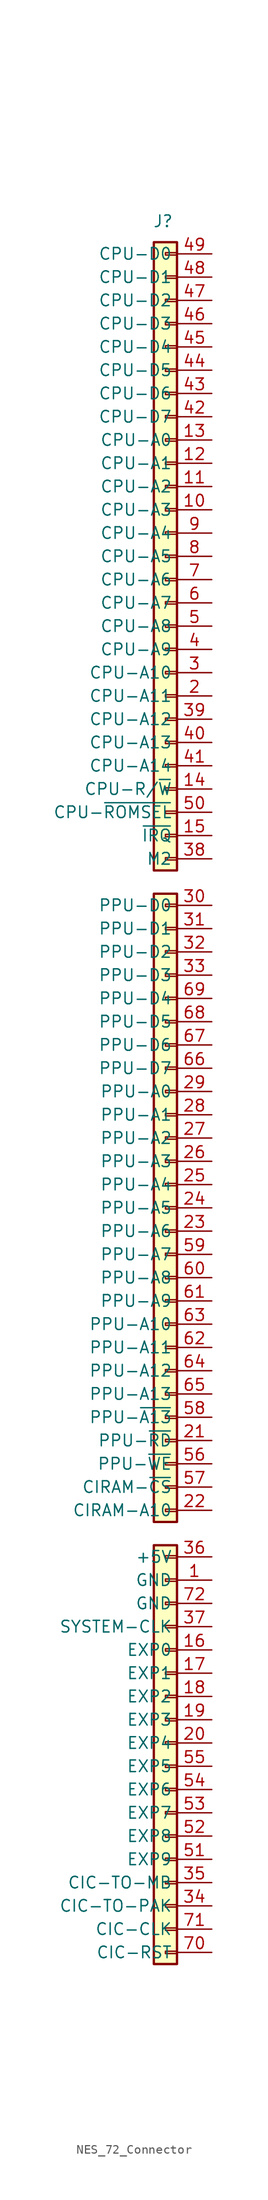
<source format=kicad_sym>
(kicad_symbol_lib
  (version 20231120)
  (generator "kicad_symbol_editor")
  (generator_version "8.0")
  (symbol "NES_72_Connector"
    (property "Reference" "J"
      (at -5.334 3.556 0)
      (effects (font (size 1.27 1.27))))
    (property "Value" ""
      (at 0 -66.04 0)
      (effects (font (size 1.27 1.27))))
    (symbol "NES_72_Connector_1_1"
      (rectangle (start -6.35 -186.69) (end -3.81 -140.97) (stroke (width 0.254) (type default)) (fill (type background)))
      (rectangle (start -6.35 -138.43) (end -3.81 -69.85) (stroke (width 0.254) (type default)) (fill (type background)))
      (rectangle (start -6.35 -67.31) (end -3.81 1.27) (stroke (width 0.254) (type default)) (fill (type background)))
      (rectangle (start -5.08 -185.547) (end -3.81 -185.293) (stroke (width 0.152) (type default)) (fill (type none)))
      (rectangle (start -5.08 -183.007) (end -3.81 -182.753) (stroke (width 0.152) (type default)) (fill (type none)))
      (rectangle (start -5.08 -180.467) (end -3.81 -180.213) (stroke (width 0.152) (type default)) (fill (type none)))
      (rectangle (start -5.08 -177.927) (end -3.81 -177.673) (stroke (width 0.152) (type default)) (fill (type none)))
      (rectangle (start -5.08 -175.387) (end -3.81 -175.133) (stroke (width 0.152) (type default)) (fill (type none)))
      (rectangle (start -5.08 -172.847) (end -3.81 -172.593) (stroke (width 0.152) (type default)) (fill (type none)))
      (rectangle (start -5.08 -170.307) (end -3.81 -170.053) (stroke (width 0.152) (type default)) (fill (type none)))
      (rectangle (start -5.08 -167.767) (end -3.81 -167.513) (stroke (width 0.152) (type default)) (fill (type none)))
      (rectangle (start -5.08 -165.227) (end -3.81 -164.973) (stroke (width 0.152) (type default)) (fill (type none)))
      (rectangle (start -5.08 -162.687) (end -3.81 -162.433) (stroke (width 0.152) (type default)) (fill (type none)))
      (rectangle (start -5.08 -160.147) (end -3.81 -159.893) (stroke (width 0.152) (type default)) (fill (type none)))
      (rectangle (start -5.08 -157.607) (end -3.81 -157.353) (stroke (width 0.152) (type default)) (fill (type none)))
      (rectangle (start -5.08 -155.067) (end -3.81 -154.813) (stroke (width 0.152) (type default)) (fill (type none)))
      (rectangle (start -5.08 -152.527) (end -3.81 -152.273) (stroke (width 0.152) (type default)) (fill (type none)))
      (rectangle (start -5.08 -149.987) (end -3.81 -149.733) (stroke (width 0.152) (type default)) (fill (type none)))
      (rectangle (start -5.08 -147.447) (end -3.81 -147.193) (stroke (width 0.152) (type default)) (fill (type none)))
      (rectangle (start -5.08 -144.907) (end -3.81 -144.653) (stroke (width 0.152) (type default)) (fill (type none)))
      (rectangle (start -5.08 -142.367) (end -3.81 -142.113) (stroke (width 0.152) (type default)) (fill (type none)))
      (rectangle (start -5.08 -137.287) (end -3.81 -137.033) (stroke (width 0.152) (type default)) (fill (type none)))
      (rectangle (start -5.08 -134.747) (end -3.81 -134.493) (stroke (width 0.152) (type default)) (fill (type none)))
      (rectangle (start -5.08 -132.207) (end -3.81 -131.953) (stroke (width 0.152) (type default)) (fill (type none)))
      (rectangle (start -5.08 -129.667) (end -3.81 -129.413) (stroke (width 0.152) (type default)) (fill (type none)))
      (rectangle (start -5.08 -127.127) (end -3.81 -126.873) (stroke (width 0.152) (type default)) (fill (type none)))
      (rectangle (start -5.08 -124.587) (end -3.81 -124.333) (stroke (width 0.152) (type default)) (fill (type none)))
      (rectangle (start -5.08 -122.047) (end -3.81 -121.793) (stroke (width 0.152) (type default)) (fill (type none)))
      (rectangle (start -5.08 -119.507) (end -3.81 -119.253) (stroke (width 0.152) (type default)) (fill (type none)))
      (rectangle (start -5.08 -116.967) (end -3.81 -116.713) (stroke (width 0.152) (type default)) (fill (type none)))
      (rectangle (start -5.08 -114.427) (end -3.81 -114.173) (stroke (width 0.152) (type default)) (fill (type none)))
      (rectangle (start -5.08 -111.887) (end -3.81 -111.633) (stroke (width 0.152) (type default)) (fill (type none)))
      (rectangle (start -5.08 -109.347) (end -3.81 -109.093) (stroke (width 0.152) (type default)) (fill (type none)))
      (rectangle (start -5.08 -106.807) (end -3.81 -106.553) (stroke (width 0.152) (type default)) (fill (type none)))
      (rectangle (start -5.08 -104.267) (end -3.81 -104.013) (stroke (width 0.152) (type default)) (fill (type none)))
      (rectangle (start -5.08 -101.727) (end -3.81 -101.473) (stroke (width 0.152) (type default)) (fill (type none)))
      (rectangle (start -5.08 -99.187) (end -3.81 -98.933) (stroke (width 0.152) (type default)) (fill (type none)))
      (rectangle (start -5.08 -96.647) (end -3.81 -96.393) (stroke (width 0.152) (type default)) (fill (type none)))
      (rectangle (start -5.08 -94.107) (end -3.81 -93.853) (stroke (width 0.152) (type default)) (fill (type none)))
      (rectangle (start -5.08 -91.567) (end -3.81 -91.313) (stroke (width 0.152) (type default)) (fill (type none)))
      (rectangle (start -5.08 -89.027) (end -3.81 -88.773) (stroke (width 0.152) (type default)) (fill (type none)))
      (rectangle (start -5.08 -86.487) (end -3.81 -86.233) (stroke (width 0.152) (type default)) (fill (type none)))
      (rectangle (start -5.08 -83.947) (end -3.81 -83.693) (stroke (width 0.152) (type default)) (fill (type none)))
      (rectangle (start -5.08 -81.407) (end -3.81 -81.153) (stroke (width 0.152) (type default)) (fill (type none)))
      (rectangle (start -5.08 -78.867) (end -3.81 -78.613) (stroke (width 0.152) (type default)) (fill (type none)))
      (rectangle (start -5.08 -76.327) (end -3.81 -76.073) (stroke (width 0.152) (type default)) (fill (type none)))
      (rectangle (start -5.08 -73.787) (end -3.81 -73.533) (stroke (width 0.152) (type default)) (fill (type none)))
      (rectangle (start -5.08 -71.247) (end -3.81 -70.993) (stroke (width 0.152) (type default)) (fill (type none)))
      (rectangle (start -5.08 -66.167) (end -3.81 -65.913) (stroke (width 0.152) (type default)) (fill (type none)))
      (rectangle (start -5.08 -63.627) (end -3.81 -63.373) (stroke (width 0.152) (type default)) (fill (type none)))
      (rectangle (start -5.08 -61.087) (end -3.81 -60.833) (stroke (width 0.152) (type default)) (fill (type none)))
      (rectangle (start -5.08 -58.547) (end -3.81 -58.293) (stroke (width 0.152) (type default)) (fill (type none)))
      (rectangle (start -5.08 -56.007) (end -3.81 -55.753) (stroke (width 0.152) (type default)) (fill (type none)))
      (rectangle (start -5.08 -53.467) (end -3.81 -53.213) (stroke (width 0.152) (type default)) (fill (type none)))
      (rectangle (start -5.08 -50.927) (end -3.81 -50.673) (stroke (width 0.152) (type default)) (fill (type none)))
      (rectangle (start -5.08 -48.387) (end -3.81 -48.133) (stroke (width 0.152) (type default)) (fill (type none)))
      (rectangle (start -5.08 -45.847) (end -3.81 -45.593) (stroke (width 0.152) (type default)) (fill (type none)))
      (rectangle (start -5.08 -43.307) (end -3.81 -43.053) (stroke (width 0.152) (type default)) (fill (type none)))
      (rectangle (start -5.08 -40.767) (end -3.81 -40.513) (stroke (width 0.152) (type default)) (fill (type none)))
      (rectangle (start -5.08 -38.227) (end -3.81 -37.973) (stroke (width 0.152) (type default)) (fill (type none)))
      (rectangle (start -5.08 -35.687) (end -3.81 -35.433) (stroke (width 0.152) (type default)) (fill (type none)))
      (rectangle (start -5.08 -33.147) (end -3.81 -32.893) (stroke (width 0.152) (type default)) (fill (type none)))
      (rectangle (start -5.08 -30.607) (end -3.81 -30.353) (stroke (width 0.152) (type default)) (fill (type none)))
      (rectangle (start -5.08 -28.067) (end -3.81 -27.813) (stroke (width 0.152) (type default)) (fill (type none)))
      (rectangle (start -5.08 -25.527) (end -3.81 -25.273) (stroke (width 0.152) (type default)) (fill (type none)))
      (rectangle (start -5.08 -22.987) (end -3.81 -22.733) (stroke (width 0.152) (type default)) (fill (type none)))
      (rectangle (start -5.08 -20.447) (end -3.81 -20.193) (stroke (width 0.152) (type default)) (fill (type none)))
      (rectangle (start -5.08 -17.907) (end -3.81 -17.653) (stroke (width 0.152) (type default)) (fill (type none)))
      (rectangle (start -5.08 -15.367) (end -3.81 -15.113) (stroke (width 0.152) (type default)) (fill (type none)))
      (rectangle (start -5.08 -12.827) (end -3.81 -12.573) (stroke (width 0.152) (type default)) (fill (type none)))
      (rectangle (start -5.08 -10.287) (end -3.81 -10.033) (stroke (width 0.152) (type default)) (fill (type none)))
      (rectangle (start -5.08 -7.747) (end -3.81 -7.493) (stroke (width 0.152) (type default)) (fill (type none)))
      (rectangle (start -5.08 -5.207) (end -3.81 -4.953) (stroke (width 0.152) (type default)) (fill (type none)))
      (rectangle (start -5.08 -2.667) (end -3.81 -2.413) (stroke (width 0.152) (type default)) (fill (type none)))
      (rectangle (start -5.08 -0.127) (end -3.81 0.127) (stroke (width 0.152) (type default)) (fill (type none)))
      (pin passive line (at 0 -144.78 180) (length 3.81) (name "GND" (effects (font (size 1.27 1.27)))) (number "1" (effects (font (size 1.27 1.27)))))
      (pin passive line (at 0 -27.94 180) (length 3.81) (name "CPU-A3" (effects (font (size 1.27 1.27)))) (number "10" (effects (font (size 1.27 1.27)))))
      (pin passive line (at 0 -25.4 180) (length 3.81) (name "CPU-A2" (effects (font (size 1.27 1.27)))) (number "11" (effects (font (size 1.27 1.27)))))
      (pin passive line (at 0 -22.86 180) (length 3.81) (name "CPU-A1" (effects (font (size 1.27 1.27)))) (number "12" (effects (font (size 1.27 1.27)))))
      (pin passive line (at 0 -20.32 180) (length 3.81) (name "CPU-A0" (effects (font (size 1.27 1.27)))) (number "13" (effects (font (size 1.27 1.27)))))
      (pin passive line (at 0 -58.42 180) (length 3.81) (name "CPU-R/~{W}" (effects (font (size 1.27 1.27)))) (number "14" (effects (font (size 1.27 1.27)))))
      (pin passive line (at 0 -63.5 180) (length 3.81) (name "~{IRQ}" (effects (font (size 1.27 1.27)))) (number "15" (effects (font (size 1.27 1.27)))))
      (pin passive line (at 0 -152.4 180) (length 3.81) (name "EXP0" (effects (font (size 1.27 1.27)))) (number "16" (effects (font (size 1.27 1.27)))))
      (pin passive line (at 0 -154.94 180) (length 3.81) (name "EXP1" (effects (font (size 1.27 1.27)))) (number "17" (effects (font (size 1.27 1.27)))))
      (pin passive line (at 0 -157.48 180) (length 3.81) (name "EXP2" (effects (font (size 1.27 1.27)))) (number "18" (effects (font (size 1.27 1.27)))))
      (pin passive line (at 0 -160.02 180) (length 3.81) (name "EXP3" (effects (font (size 1.27 1.27)))) (number "19" (effects (font (size 1.27 1.27)))))
      (pin passive line (at 0 -48.26 180) (length 3.81) (name "CPU-A11" (effects (font (size 1.27 1.27)))) (number "2" (effects (font (size 1.27 1.27)))))
      (pin passive line (at 0 -162.56 180) (length 3.81) (name "EXP4" (effects (font (size 1.27 1.27)))) (number "20" (effects (font (size 1.27 1.27)))))
      (pin passive line (at 0 -129.54 180) (length 3.81) (name "PPU-~{RD}" (effects (font (size 1.27 1.27)))) (number "21" (effects (font (size 1.27 1.27)))))
      (pin passive line (at 0 -137.16 180) (length 3.81) (name "CIRAM-A10" (effects (font (size 1.27 1.27)))) (number "22" (effects (font (size 1.27 1.27)))))
      (pin passive line (at 0 -106.68 180) (length 3.81) (name "PPU-A6" (effects (font (size 1.27 1.27)))) (number "23" (effects (font (size 1.27 1.27)))))
      (pin passive line (at 0 -104.14 180) (length 3.81) (name "PPU-A5" (effects (font (size 1.27 1.27)))) (number "24" (effects (font (size 1.27 1.27)))))
      (pin passive line (at 0 -101.6 180) (length 3.81) (name "PPU-A4" (effects (font (size 1.27 1.27)))) (number "25" (effects (font (size 1.27 1.27)))))
      (pin passive line (at 0 -99.06 180) (length 3.81) (name "PPU-A3" (effects (font (size 1.27 1.27)))) (number "26" (effects (font (size 1.27 1.27)))))
      (pin passive line (at 0 -96.52 180) (length 3.81) (name "PPU-A2" (effects (font (size 1.27 1.27)))) (number "27" (effects (font (size 1.27 1.27)))))
      (pin passive line (at 0 -93.98 180) (length 3.81) (name "PPU-A1" (effects (font (size 1.27 1.27)))) (number "28" (effects (font (size 1.27 1.27)))))
      (pin passive line (at 0 -91.44 180) (length 3.81) (name "PPU-A0" (effects (font (size 1.27 1.27)))) (number "29" (effects (font (size 1.27 1.27)))))
      (pin passive line (at 0 -45.72 180) (length 3.81) (name "CPU-A10" (effects (font (size 1.27 1.27)))) (number "3" (effects (font (size 1.27 1.27)))))
      (pin passive line (at 0 -71.12 180) (length 3.81) (name "PPU-D0" (effects (font (size 1.27 1.27)))) (number "30" (effects (font (size 1.27 1.27)))))
      (pin passive line (at 0 -73.66 180) (length 3.81) (name "PPU-D1" (effects (font (size 1.27 1.27)))) (number "31" (effects (font (size 1.27 1.27)))))
      (pin passive line (at 0 -76.2 180) (length 3.81) (name "PPU-D2" (effects (font (size 1.27 1.27)))) (number "32" (effects (font (size 1.27 1.27)))))
      (pin passive line (at 0 -78.74 180) (length 3.81) (name "PPU-D3" (effects (font (size 1.27 1.27)))) (number "33" (effects (font (size 1.27 1.27)))))
      (pin passive line (at 0 -180.34 180) (length 3.81) (name "CIC-TO-PAK" (effects (font (size 1.27 1.27)))) (number "34" (effects (font (size 1.27 1.27)))))
      (pin passive line (at 0 -177.8 180) (length 3.81) (name "CIC-TO-MB" (effects (font (size 1.27 1.27)))) (number "35" (effects (font (size 1.27 1.27)))))
      (pin passive line (at 0 -142.24 180) (length 3.81) (name "+5V" (effects (font (size 1.27 1.27)))) (number "36" (effects (font (size 1.27 1.27)))))
      (pin passive line (at 0 -149.86 180) (length 3.81) (name "SYSTEM-CLK" (effects (font (size 1.27 1.27)))) (number "37" (effects (font (size 1.27 1.27)))))
      (pin passive line (at 0 -66.04 180) (length 3.81) (name "M2" (effects (font (size 1.27 1.27)))) (number "38" (effects (font (size 1.27 1.27)))))
      (pin passive line (at 0 -50.8 180) (length 3.81) (name "CPU-A12" (effects (font (size 1.27 1.27)))) (number "39" (effects (font (size 1.27 1.27)))))
      (pin passive line (at 0 -43.18 180) (length 3.81) (name "CPU-A9" (effects (font (size 1.27 1.27)))) (number "4" (effects (font (size 1.27 1.27)))))
      (pin passive line (at 0 -53.34 180) (length 3.81) (name "CPU-A13" (effects (font (size 1.27 1.27)))) (number "40" (effects (font (size 1.27 1.27)))))
      (pin passive line (at 0 -55.88 180) (length 3.81) (name "CPU-A14" (effects (font (size 1.27 1.27)))) (number "41" (effects (font (size 1.27 1.27)))))
      (pin passive line (at 0 -17.78 180) (length 3.81) (name "CPU-D7" (effects (font (size 1.27 1.27)))) (number "42" (effects (font (size 1.27 1.27)))))
      (pin passive line (at 0 -15.24 180) (length 3.81) (name "CPU-D6" (effects (font (size 1.27 1.27)))) (number "43" (effects (font (size 1.27 1.27)))))
      (pin passive line (at 0 -12.7 180) (length 3.81) (name "CPU-D5" (effects (font (size 1.27 1.27)))) (number "44" (effects (font (size 1.27 1.27)))))
      (pin passive line (at 0 -10.16 180) (length 3.81) (name "CPU-D4" (effects (font (size 1.27 1.27)))) (number "45" (effects (font (size 1.27 1.27)))))
      (pin passive line (at 0 -7.62 180) (length 3.81) (name "CPU-D3" (effects (font (size 1.27 1.27)))) (number "46" (effects (font (size 1.27 1.27)))))
      (pin passive line (at 0 -5.08 180) (length 3.81) (name "CPU-D2" (effects (font (size 1.27 1.27)))) (number "47" (effects (font (size 1.27 1.27)))))
      (pin passive line (at 0 -2.54 180) (length 3.81) (name "CPU-D1" (effects (font (size 1.27 1.27)))) (number "48" (effects (font (size 1.27 1.27)))))
      (pin passive line (at 0 0 180) (length 3.81) (name "CPU-D0" (effects (font (size 1.27 1.27)))) (number "49" (effects (font (size 1.27 1.27)))))
      (pin passive line (at 0 -40.64 180) (length 3.81) (name "CPU-A8" (effects (font (size 1.27 1.27)))) (number "5" (effects (font (size 1.27 1.27)))))
      (pin passive line (at 0 -60.96 180) (length 3.81) (name "CPU-~{ROMSEL}" (effects (font (size 1.27 1.27)))) (number "50" (effects (font (size 1.27 1.27)))))
      (pin passive line (at 0 -175.26 180) (length 3.81) (name "EXP9" (effects (font (size 1.27 1.27)))) (number "51" (effects (font (size 1.27 1.27)))))
      (pin passive line (at 0 -172.72 180) (length 3.81) (name "EXP8" (effects (font (size 1.27 1.27)))) (number "52" (effects (font (size 1.27 1.27)))))
      (pin passive line (at 0 -170.18 180) (length 3.81) (name "EXP7" (effects (font (size 1.27 1.27)))) (number "53" (effects (font (size 1.27 1.27)))))
      (pin passive line (at 0 -167.64 180) (length 3.81) (name "EXP6" (effects (font (size 1.27 1.27)))) (number "54" (effects (font (size 1.27 1.27)))))
      (pin passive line (at 0 -165.1 180) (length 3.81) (name "EXP5" (effects (font (size 1.27 1.27)))) (number "55" (effects (font (size 1.27 1.27)))))
      (pin passive line (at 0 -132.08 180) (length 3.81) (name "PPU-~{WE}" (effects (font (size 1.27 1.27)))) (number "56" (effects (font (size 1.27 1.27)))))
      (pin passive line (at 0 -134.62 180) (length 3.81) (name "CIRAM-~{CS}" (effects (font (size 1.27 1.27)))) (number "57" (effects (font (size 1.27 1.27)))))
      (pin passive line (at 0 -127 180) (length 3.81) (name "PPU-~{A13}" (effects (font (size 1.27 1.27)))) (number "58" (effects (font (size 1.27 1.27)))))
      (pin passive line (at 0 -109.22 180) (length 3.81) (name "PPU-A7" (effects (font (size 1.27 1.27)))) (number "59" (effects (font (size 1.27 1.27)))))
      (pin passive line (at 0 -38.1 180) (length 3.81) (name "CPU-A7" (effects (font (size 1.27 1.27)))) (number "6" (effects (font (size 1.27 1.27)))))
      (pin passive line (at 0 -111.76 180) (length 3.81) (name "PPU-A8" (effects (font (size 1.27 1.27)))) (number "60" (effects (font (size 1.27 1.27)))))
      (pin passive line (at 0 -114.3 180) (length 3.81) (name "PPU-A9" (effects (font (size 1.27 1.27)))) (number "61" (effects (font (size 1.27 1.27)))))
      (pin passive line (at 0 -119.38 180) (length 3.81) (name "PPU-A11" (effects (font (size 1.27 1.27)))) (number "62" (effects (font (size 1.27 1.27)))))
      (pin passive line (at 0 -116.84 180) (length 3.81) (name "PPU-A10" (effects (font (size 1.27 1.27)))) (number "63" (effects (font (size 1.27 1.27)))))
      (pin passive line (at 0 -121.92 180) (length 3.81) (name "PPU-A12" (effects (font (size 1.27 1.27)))) (number "64" (effects (font (size 1.27 1.27)))))
      (pin passive line (at 0 -124.46 180) (length 3.81) (name "PPU-A13" (effects (font (size 1.27 1.27)))) (number "65" (effects (font (size 1.27 1.27)))))
      (pin passive line (at 0 -88.9 180) (length 3.81) (name "PPU-D7" (effects (font (size 1.27 1.27)))) (number "66" (effects (font (size 1.27 1.27)))))
      (pin passive line (at 0 -86.36 180) (length 3.81) (name "PPU-D6" (effects (font (size 1.27 1.27)))) (number "67" (effects (font (size 1.27 1.27)))))
      (pin passive line (at 0 -83.82 180) (length 3.81) (name "PPU-D5" (effects (font (size 1.27 1.27)))) (number "68" (effects (font (size 1.27 1.27)))))
      (pin passive line (at 0 -81.28 180) (length 3.81) (name "PPU-D4" (effects (font (size 1.27 1.27)))) (number "69" (effects (font (size 1.27 1.27)))))
      (pin passive line (at 0 -35.56 180) (length 3.81) (name "CPU-A6" (effects (font (size 1.27 1.27)))) (number "7" (effects (font (size 1.27 1.27)))))
      (pin passive line (at 0 -185.42 180) (length 3.81) (name "CIC-RST" (effects (font (size 1.27 1.27)))) (number "70" (effects (font (size 1.27 1.27)))))
      (pin passive line (at 0 -182.88 180) (length 3.81) (name "CIC-CLK" (effects (font (size 1.27 1.27)))) (number "71" (effects (font (size 1.27 1.27)))))
      (pin passive line (at 0 -147.32 180) (length 3.81) (name "GND" (effects (font (size 1.27 1.27)))) (number "72" (effects (font (size 1.27 1.27)))))
      (pin passive line (at 0 -33.02 180) (length 3.81) (name "CPU-A5" (effects (font (size 1.27 1.27)))) (number "8" (effects (font (size 1.27 1.27)))))
      (pin passive line (at 0 -30.48 180) (length 3.81) (name "CPU-A4" (effects (font (size 1.27 1.27)))) (number "9" (effects (font (size 1.27 1.27))))))))
</source>
